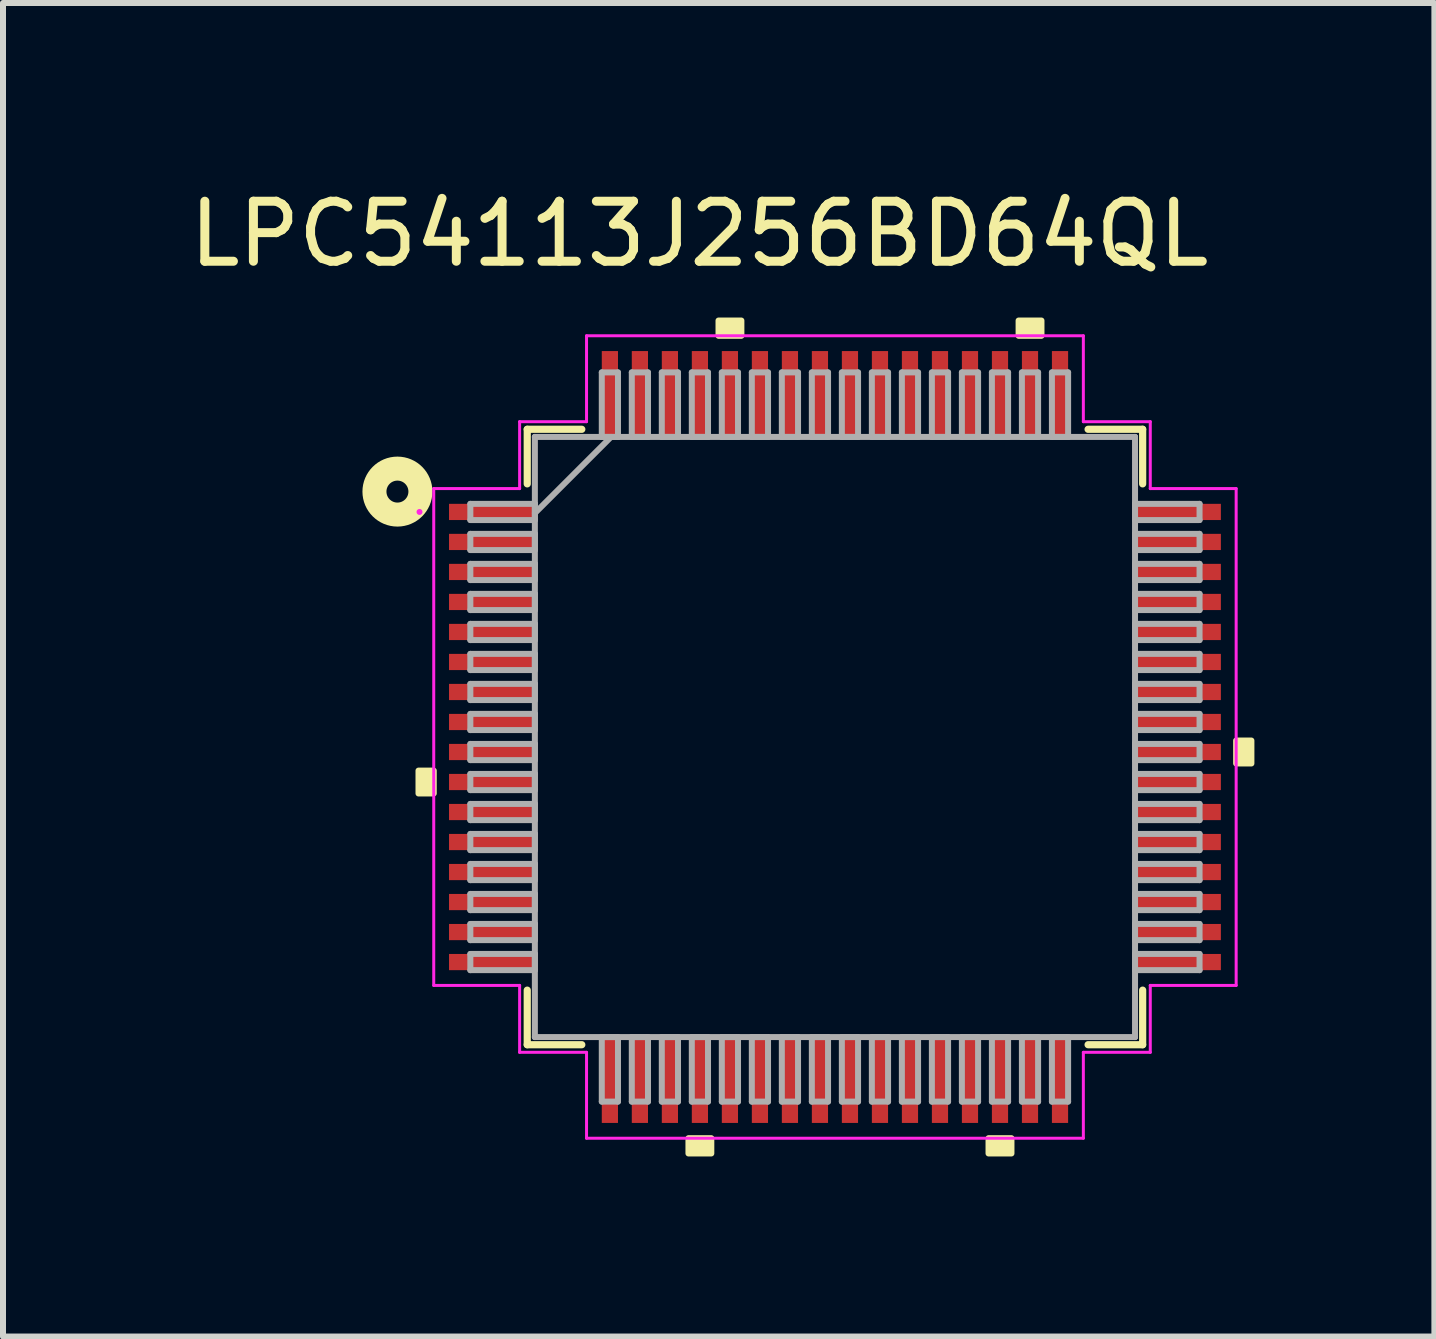
<source format=kicad_pcb>
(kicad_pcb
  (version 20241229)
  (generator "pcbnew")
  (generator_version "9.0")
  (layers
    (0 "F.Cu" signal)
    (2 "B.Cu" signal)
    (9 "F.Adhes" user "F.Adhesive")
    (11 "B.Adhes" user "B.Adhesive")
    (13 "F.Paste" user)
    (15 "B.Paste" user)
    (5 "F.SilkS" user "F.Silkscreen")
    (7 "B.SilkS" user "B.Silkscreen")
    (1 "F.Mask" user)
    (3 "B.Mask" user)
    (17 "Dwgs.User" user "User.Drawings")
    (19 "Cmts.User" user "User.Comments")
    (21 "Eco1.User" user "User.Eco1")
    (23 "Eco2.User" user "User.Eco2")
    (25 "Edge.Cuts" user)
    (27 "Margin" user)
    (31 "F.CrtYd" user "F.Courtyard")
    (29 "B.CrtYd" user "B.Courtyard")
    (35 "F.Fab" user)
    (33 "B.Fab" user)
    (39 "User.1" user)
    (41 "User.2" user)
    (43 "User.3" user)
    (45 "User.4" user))
  (footprint "LPC54113J256BD64QL"
    (layer "F.Cu")
    (at 10.862 9.23)
    (property "Reference" "LPC54113J256BD64QL" (at -2.261 -8.382 0) (layer "F.SilkS") (effects (font (size 1 1) (thickness 0.15))))
    (attr through_hole)
    (fp_line (start -5.127 -5.127) (end -5.127 -4.218) (stroke (width 0.12) (type solid)) (layer "F.SilkS"))
    (fp_line (start -5.127 4.218) (end -5.127 5.127) (stroke (width 0.12) (type solid)) (layer "F.SilkS"))
    (fp_line (start -5.127 5.127) (end -4.218 5.127) (stroke (width 0.12) (type solid)) (layer "F.SilkS"))
    (fp_line (start -4.218 -5.127) (end -5.127 -5.127) (stroke (width 0.12) (type solid)) (layer "F.SilkS"))
    (fp_line (start 4.218 5.127) (end 5.127 5.127) (stroke (width 0.12) (type solid)) (layer "F.SilkS"))
    (fp_line (start 5.127 -5.127) (end 4.218 -5.127) (stroke (width 0.12) (type solid)) (layer "F.SilkS"))
    (fp_line (start 5.127 -4.218) (end 5.127 -5.127) (stroke (width 0.12) (type solid)) (layer "F.SilkS"))
    (fp_line (start 5.127 5.127) (end 5.127 4.218) (stroke (width 0.12) (type solid)) (layer "F.SilkS"))
    (fp_circle (center -7.29 -4.089) (end -7.107 -4.089) (stroke (width 0.4) (type solid)) (fill no) (layer "F.SilkS"))
    (fp_poly (pts (xy -6.939 0.56) (xy -6.939 0.941) (xy -6.685 0.941) (xy -6.685 0.56)) (stroke (width 0.1) (type solid)) (fill yes) (layer "F.SilkS"))
    (fp_poly (pts (xy -2.441 6.685) (xy -2.441 6.939) (xy -2.06 6.939) (xy -2.06 6.685)) (stroke (width 0.1) (type solid)) (fill yes) (layer "F.SilkS"))
    (fp_poly (pts (xy -1.94 -6.685) (xy -1.94 -6.939) (xy -1.559 -6.939) (xy -1.559 -6.685)) (stroke (width 0.1) (type solid)) (fill yes) (layer "F.SilkS"))
    (fp_poly (pts (xy 2.559 6.685) (xy 2.559 6.939) (xy 2.941 6.939) (xy 2.941 6.685)) (stroke (width 0.1) (type solid)) (fill yes) (layer "F.SilkS"))
    (fp_poly (pts (xy 3.06 -6.685) (xy 3.06 -6.939) (xy 3.441 -6.939) (xy 3.441 -6.685)) (stroke (width 0.1) (type solid)) (fill yes) (layer "F.SilkS"))
    (fp_poly (pts (xy 6.939 0.059) (xy 6.939 0.441) (xy 6.685 0.441) (xy 6.685 0.059)) (stroke (width 0.1) (type solid)) (fill yes) (layer "F.SilkS"))
    (fp_line (start -6.685 -4.139) (end -5.254 -4.139) (stroke (width 0.05) (type solid)) (layer "F.CrtYd"))
    (fp_line (start -6.685 4.139) (end -6.685 -4.139) (stroke (width 0.05) (type solid)) (layer "F.CrtYd"))
    (fp_line (start -5.254 -5.254) (end -4.139 -5.254) (stroke (width 0.05) (type solid)) (layer "F.CrtYd"))
    (fp_line (start -5.254 -4.139) (end -5.254 -5.254) (stroke (width 0.05) (type solid)) (layer "F.CrtYd"))
    (fp_line (start -5.254 4.139) (end -6.685 4.139) (stroke (width 0.05) (type solid)) (layer "F.CrtYd"))
    (fp_line (start -5.254 5.254) (end -5.254 4.139) (stroke (width 0.05) (type solid)) (layer "F.CrtYd"))
    (fp_line (start -4.139 -6.685) (end 4.139 -6.685) (stroke (width 0.05) (type solid)) (layer "F.CrtYd"))
    (fp_line (start -4.139 -5.254) (end -4.139 -6.685) (stroke (width 0.05) (type solid)) (layer "F.CrtYd"))
    (fp_line (start -4.139 5.254) (end -5.254 5.254) (stroke (width 0.05) (type solid)) (layer "F.CrtYd"))
    (fp_line (start -4.139 6.685) (end -4.139 5.254) (stroke (width 0.05) (type solid)) (layer "F.CrtYd"))
    (fp_line (start 4.139 -6.685) (end 4.139 -5.254) (stroke (width 0.05) (type solid)) (layer "F.CrtYd"))
    (fp_line (start 4.139 -5.254) (end 5.254 -5.254) (stroke (width 0.05) (type solid)) (layer "F.CrtYd"))
    (fp_line (start 4.139 5.254) (end 4.139 6.685) (stroke (width 0.05) (type solid)) (layer "F.CrtYd"))
    (fp_line (start 4.139 6.685) (end -4.139 6.685) (stroke (width 0.05) (type solid)) (layer "F.CrtYd"))
    (fp_line (start 5.254 -5.254) (end 5.254 -4.139) (stroke (width 0.05) (type solid)) (layer "F.CrtYd"))
    (fp_line (start 5.254 -4.139) (end 6.685 -4.139) (stroke (width 0.05) (type solid)) (layer "F.CrtYd"))
    (fp_line (start 5.254 4.139) (end 5.254 5.254) (stroke (width 0.05) (type solid)) (layer "F.CrtYd"))
    (fp_line (start 5.254 5.254) (end 4.139 5.254) (stroke (width 0.05) (type solid)) (layer "F.CrtYd"))
    (fp_line (start 6.685 -4.139) (end 6.685 4.139) (stroke (width 0.05) (type solid)) (layer "F.CrtYd"))
    (fp_line (start 6.685 4.139) (end 5.254 4.139) (stroke (width 0.05) (type solid)) (layer "F.CrtYd"))
    (fp_circle (center -6.922 -3.75) (end -6.922 -3.75) (stroke (width 0.05) (type solid)) (fill no) (layer "F.CrtYd"))
    (fp_line (start -6.075 -3.885) (end -6.075 -3.615) (stroke (width 0.1) (type solid)) (layer "F.Fab"))
    (fp_line (start -6.075 -3.615) (end -5 -3.615) (stroke (width 0.1) (type solid)) (layer "F.Fab"))
    (fp_line (start -6.075 -3.385) (end -6.075 -3.115) (stroke (width 0.1) (type solid)) (layer "F.Fab"))
    (fp_line (start -6.075 -3.115) (end -5 -3.115) (stroke (width 0.1) (type solid)) (layer "F.Fab"))
    (fp_line (start -6.075 -2.885) (end -6.075 -2.615) (stroke (width 0.1) (type solid)) (layer "F.Fab"))
    (fp_line (start -6.075 -2.615) (end -5 -2.615) (stroke (width 0.1) (type solid)) (layer "F.Fab"))
    (fp_line (start -6.075 -2.385) (end -6.075 -2.115) (stroke (width 0.1) (type solid)) (layer "F.Fab"))
    (fp_line (start -6.075 -2.115) (end -5 -2.115) (stroke (width 0.1) (type solid)) (layer "F.Fab"))
    (fp_line (start -6.075 -1.885) (end -6.075 -1.615) (stroke (width 0.1) (type solid)) (layer "F.Fab"))
    (fp_line (start -6.075 -1.615) (end -5 -1.615) (stroke (width 0.1) (type solid)) (layer "F.Fab"))
    (fp_line (start -6.075 -1.385) (end -6.075 -1.115) (stroke (width 0.1) (type solid)) (layer "F.Fab"))
    (fp_line (start -6.075 -1.115) (end -5 -1.115) (stroke (width 0.1) (type solid)) (layer "F.Fab"))
    (fp_line (start -6.075 -0.885) (end -6.075 -0.615) (stroke (width 0.1) (type solid)) (layer "F.Fab"))
    (fp_line (start -6.075 -0.615) (end -5 -0.615) (stroke (width 0.1) (type solid)) (layer "F.Fab"))
    (fp_line (start -6.075 -0.385) (end -6.075 -0.115) (stroke (width 0.1) (type solid)) (layer "F.Fab"))
    (fp_line (start -6.075 -0.115) (end -5 -0.115) (stroke (width 0.1) (type solid)) (layer "F.Fab"))
    (fp_line (start -6.075 0.115) (end -6.075 0.385) (stroke (width 0.1) (type solid)) (layer "F.Fab"))
    (fp_line (start -6.075 0.385) (end -5 0.385) (stroke (width 0.1) (type solid)) (layer "F.Fab"))
    (fp_line (start -6.075 0.615) (end -6.075 0.885) (stroke (width 0.1) (type solid)) (layer "F.Fab"))
    (fp_line (start -6.075 0.885) (end -5 0.885) (stroke (width 0.1) (type solid)) (layer "F.Fab"))
    (fp_line (start -6.075 1.115) (end -6.075 1.385) (stroke (width 0.1) (type solid)) (layer "F.Fab"))
    (fp_line (start -6.075 1.385) (end -5 1.385) (stroke (width 0.1) (type solid)) (layer "F.Fab"))
    (fp_line (start -6.075 1.615) (end -6.075 1.885) (stroke (width 0.1) (type solid)) (layer "F.Fab"))
    (fp_line (start -6.075 1.885) (end -5 1.885) (stroke (width 0.1) (type solid)) (layer "F.Fab"))
    (fp_line (start -6.075 2.115) (end -6.075 2.385) (stroke (width 0.1) (type solid)) (layer "F.Fab"))
    (fp_line (start -6.075 2.385) (end -5 2.385) (stroke (width 0.1) (type solid)) (layer "F.Fab"))
    (fp_line (start -6.075 2.615) (end -6.075 2.885) (stroke (width 0.1) (type solid)) (layer "F.Fab"))
    (fp_line (start -6.075 2.885) (end -5 2.885) (stroke (width 0.1) (type solid)) (layer "F.Fab"))
    (fp_line (start -6.075 3.115) (end -6.075 3.385) (stroke (width 0.1) (type solid)) (layer "F.Fab"))
    (fp_line (start -6.075 3.385) (end -5 3.385) (stroke (width 0.1) (type solid)) (layer "F.Fab"))
    (fp_line (start -6.075 3.615) (end -6.075 3.885) (stroke (width 0.1) (type solid)) (layer "F.Fab"))
    (fp_line (start -6.075 3.885) (end -5 3.885) (stroke (width 0.1) (type solid)) (layer "F.Fab"))
    (fp_line (start -5 -5) (end -5 -5) (stroke (width 0.1) (type solid)) (layer "F.Fab"))
    (fp_line (start -5 -5) (end -5 5) (stroke (width 0.1) (type solid)) (layer "F.Fab"))
    (fp_line (start -5 -3.885) (end -6.075 -3.885) (stroke (width 0.1) (type solid)) (layer "F.Fab"))
    (fp_line (start -5 -3.73) (end -3.73 -5) (stroke (width 0.1) (type solid)) (layer "F.Fab"))
    (fp_line (start -5 -3.615) (end -5 -3.885) (stroke (width 0.1) (type solid)) (layer "F.Fab"))
    (fp_line (start -5 -3.385) (end -6.075 -3.385) (stroke (width 0.1) (type solid)) (layer "F.Fab"))
    (fp_line (start -5 -3.115) (end -5 -3.385) (stroke (width 0.1) (type solid)) (layer "F.Fab"))
    (fp_line (start -5 -2.885) (end -6.075 -2.885) (stroke (width 0.1) (type solid)) (layer "F.Fab"))
    (fp_line (start -5 -2.615) (end -5 -2.885) (stroke (width 0.1) (type solid)) (layer "F.Fab"))
    (fp_line (start -5 -2.385) (end -6.075 -2.385) (stroke (width 0.1) (type solid)) (layer "F.Fab"))
    (fp_line (start -5 -2.115) (end -5 -2.385) (stroke (width 0.1) (type solid)) (layer "F.Fab"))
    (fp_line (start -5 -1.885) (end -6.075 -1.885) (stroke (width 0.1) (type solid)) (layer "F.Fab"))
    (fp_line (start -5 -1.615) (end -5 -1.885) (stroke (width 0.1) (type solid)) (layer "F.Fab"))
    (fp_line (start -5 -1.385) (end -6.075 -1.385) (stroke (width 0.1) (type solid)) (layer "F.Fab"))
    (fp_line (start -5 -1.115) (end -5 -1.385) (stroke (width 0.1) (type solid)) (layer "F.Fab"))
    (fp_line (start -5 -0.885) (end -6.075 -0.885) (stroke (width 0.1) (type solid)) (layer "F.Fab"))
    (fp_line (start -5 -0.615) (end -5 -0.885) (stroke (width 0.1) (type solid)) (layer "F.Fab"))
    (fp_line (start -5 -0.385) (end -6.075 -0.385) (stroke (width 0.1) (type solid)) (layer "F.Fab"))
    (fp_line (start -5 -0.115) (end -5 -0.385) (stroke (width 0.1) (type solid)) (layer "F.Fab"))
    (fp_line (start -5 0.115) (end -6.075 0.115) (stroke (width 0.1) (type solid)) (layer "F.Fab"))
    (fp_line (start -5 0.385) (end -5 0.115) (stroke (width 0.1) (type solid)) (layer "F.Fab"))
    (fp_line (start -5 0.615) (end -6.075 0.615) (stroke (width 0.1) (type solid)) (layer "F.Fab"))
    (fp_line (start -5 0.885) (end -5 0.615) (stroke (width 0.1) (type solid)) (layer "F.Fab"))
    (fp_line (start -5 1.115) (end -6.075 1.115) (stroke (width 0.1) (type solid)) (layer "F.Fab"))
    (fp_line (start -5 1.385) (end -5 1.115) (stroke (width 0.1) (type solid)) (layer "F.Fab"))
    (fp_line (start -5 1.615) (end -6.075 1.615) (stroke (width 0.1) (type solid)) (layer "F.Fab"))
    (fp_line (start -5 1.885) (end -5 1.615) (stroke (width 0.1) (type solid)) (layer "F.Fab"))
    (fp_line (start -5 2.115) (end -6.075 2.115) (stroke (width 0.1) (type solid)) (layer "F.Fab"))
    (fp_line (start -5 2.385) (end -5 2.115) (stroke (width 0.1) (type solid)) (layer "F.Fab"))
    (fp_line (start -5 2.615) (end -6.075 2.615) (stroke (width 0.1) (type solid)) (layer "F.Fab"))
    (fp_line (start -5 2.885) (end -5 2.615) (stroke (width 0.1) (type solid)) (layer "F.Fab"))
    (fp_line (start -5 3.115) (end -6.075 3.115) (stroke (width 0.1) (type solid)) (layer "F.Fab"))
    (fp_line (start -5 3.385) (end -5 3.115) (stroke (width 0.1) (type solid)) (layer "F.Fab"))
    (fp_line (start -5 3.615) (end -6.075 3.615) (stroke (width 0.1) (type solid)) (layer "F.Fab"))
    (fp_line (start -5 3.885) (end -5 3.615) (stroke (width 0.1) (type solid)) (layer "F.Fab"))
    (fp_line (start -5 5) (end -5 5) (stroke (width 0.1) (type solid)) (layer "F.Fab"))
    (fp_line (start -5 5) (end 5 5) (stroke (width 0.1) (type solid)) (layer "F.Fab"))
    (fp_line (start -3.885 -6.075) (end -3.885 -5) (stroke (width 0.1) (type solid)) (layer "F.Fab"))
    (fp_line (start -3.885 -5) (end -3.615 -5) (stroke (width 0.1) (type solid)) (layer "F.Fab"))
    (fp_line (start -3.885 5) (end -3.885 6.075) (stroke (width 0.1) (type solid)) (layer "F.Fab"))
    (fp_line (start -3.885 6.075) (end -3.615 6.075) (stroke (width 0.1) (type solid)) (layer "F.Fab"))
    (fp_line (start -3.615 -6.075) (end -3.885 -6.075) (stroke (width 0.1) (type solid)) (layer "F.Fab"))
    (fp_line (start -3.615 -5) (end -3.615 -6.075) (stroke (width 0.1) (type solid)) (layer "F.Fab"))
    (fp_line (start -3.615 5) (end -3.885 5) (stroke (width 0.1) (type solid)) (layer "F.Fab"))
    (fp_line (start -3.615 6.075) (end -3.615 5) (stroke (width 0.1) (type solid)) (layer "F.Fab"))
    (fp_line (start -3.385 -6.075) (end -3.385 -5) (stroke (width 0.1) (type solid)) (layer "F.Fab"))
    (fp_line (start -3.385 -5) (end -3.115 -5) (stroke (width 0.1) (type solid)) (layer "F.Fab"))
    (fp_line (start -3.385 5) (end -3.385 6.075) (stroke (width 0.1) (type solid)) (layer "F.Fab"))
    (fp_line (start -3.385 6.075) (end -3.115 6.075) (stroke (width 0.1) (type solid)) (layer "F.Fab"))
    (fp_line (start -3.115 -6.075) (end -3.385 -6.075) (stroke (width 0.1) (type solid)) (layer "F.Fab"))
    (fp_line (start -3.115 -5) (end -3.115 -6.075) (stroke (width 0.1) (type solid)) (layer "F.Fab"))
    (fp_line (start -3.115 5) (end -3.385 5) (stroke (width 0.1) (type solid)) (layer "F.Fab"))
    (fp_line (start -3.115 6.075) (end -3.115 5) (stroke (width 0.1) (type solid)) (layer "F.Fab"))
    (fp_line (start -2.885 -6.075) (end -2.885 -5) (stroke (width 0.1) (type solid)) (layer "F.Fab"))
    (fp_line (start -2.885 -5) (end -2.615 -5) (stroke (width 0.1) (type solid)) (layer "F.Fab"))
    (fp_line (start -2.885 5) (end -2.885 6.075) (stroke (width 0.1) (type solid)) (layer "F.Fab"))
    (fp_line (start -2.885 6.075) (end -2.615 6.075) (stroke (width 0.1) (type solid)) (layer "F.Fab"))
    (fp_line (start -2.615 -6.075) (end -2.885 -6.075) (stroke (width 0.1) (type solid)) (layer "F.Fab"))
    (fp_line (start -2.615 -5) (end -2.615 -6.075) (stroke (width 0.1) (type solid)) (layer "F.Fab"))
    (fp_line (start -2.615 5) (end -2.885 5) (stroke (width 0.1) (type solid)) (layer "F.Fab"))
    (fp_line (start -2.615 6.075) (end -2.615 5) (stroke (width 0.1) (type solid)) (layer "F.Fab"))
    (fp_line (start -2.385 -6.075) (end -2.385 -5) (stroke (width 0.1) (type solid)) (layer "F.Fab"))
    (fp_line (start -2.385 -5) (end -2.115 -5) (stroke (width 0.1) (type solid)) (layer "F.Fab"))
    (fp_line (start -2.385 5) (end -2.385 6.075) (stroke (width 0.1) (type solid)) (layer "F.Fab"))
    (fp_line (start -2.385 6.075) (end -2.115 6.075) (stroke (width 0.1) (type solid)) (layer "F.Fab"))
    (fp_line (start -2.115 -6.075) (end -2.385 -6.075) (stroke (width 0.1) (type solid)) (layer "F.Fab"))
    (fp_line (start -2.115 -5) (end -2.115 -6.075) (stroke (width 0.1) (type solid)) (layer "F.Fab"))
    (fp_line (start -2.115 5) (end -2.385 5) (stroke (width 0.1) (type solid)) (layer "F.Fab"))
    (fp_line (start -2.115 6.075) (end -2.115 5) (stroke (width 0.1) (type solid)) (layer "F.Fab"))
    (fp_line (start -1.885 -6.075) (end -1.885 -5) (stroke (width 0.1) (type solid)) (layer "F.Fab"))
    (fp_line (start -1.885 -5) (end -1.615 -5) (stroke (width 0.1) (type solid)) (layer "F.Fab"))
    (fp_line (start -1.885 5) (end -1.885 6.075) (stroke (width 0.1) (type solid)) (layer "F.Fab"))
    (fp_line (start -1.885 6.075) (end -1.615 6.075) (stroke (width 0.1) (type solid)) (layer "F.Fab"))
    (fp_line (start -1.615 -6.075) (end -1.885 -6.075) (stroke (width 0.1) (type solid)) (layer "F.Fab"))
    (fp_line (start -1.615 -5) (end -1.615 -6.075) (stroke (width 0.1) (type solid)) (layer "F.Fab"))
    (fp_line (start -1.615 5) (end -1.885 5) (stroke (width 0.1) (type solid)) (layer "F.Fab"))
    (fp_line (start -1.615 6.075) (end -1.615 5) (stroke (width 0.1) (type solid)) (layer "F.Fab"))
    (fp_line (start -1.385 -6.075) (end -1.385 -5) (stroke (width 0.1) (type solid)) (layer "F.Fab"))
    (fp_line (start -1.385 -5) (end -1.115 -5) (stroke (width 0.1) (type solid)) (layer "F.Fab"))
    (fp_line (start -1.385 5) (end -1.385 6.075) (stroke (width 0.1) (type solid)) (layer "F.Fab"))
    (fp_line (start -1.385 6.075) (end -1.115 6.075) (stroke (width 0.1) (type solid)) (layer "F.Fab"))
    (fp_line (start -1.115 -6.075) (end -1.385 -6.075) (stroke (width 0.1) (type solid)) (layer "F.Fab"))
    (fp_line (start -1.115 -5) (end -1.115 -6.075) (stroke (width 0.1) (type solid)) (layer "F.Fab"))
    (fp_line (start -1.115 5) (end -1.385 5) (stroke (width 0.1) (type solid)) (layer "F.Fab"))
    (fp_line (start -1.115 6.075) (end -1.115 5) (stroke (width 0.1) (type solid)) (layer "F.Fab"))
    (fp_line (start -0.885 -6.075) (end -0.885 -5) (stroke (width 0.1) (type solid)) (layer "F.Fab"))
    (fp_line (start -0.885 -5) (end -0.615 -5) (stroke (width 0.1) (type solid)) (layer "F.Fab"))
    (fp_line (start -0.885 5) (end -0.885 6.075) (stroke (width 0.1) (type solid)) (layer "F.Fab"))
    (fp_line (start -0.885 6.075) (end -0.615 6.075) (stroke (width 0.1) (type solid)) (layer "F.Fab"))
    (fp_line (start -0.615 -6.075) (end -0.885 -6.075) (stroke (width 0.1) (type solid)) (layer "F.Fab"))
    (fp_line (start -0.615 -5) (end -0.615 -6.075) (stroke (width 0.1) (type solid)) (layer "F.Fab"))
    (fp_line (start -0.615 5) (end -0.885 5) (stroke (width 0.1) (type solid)) (layer "F.Fab"))
    (fp_line (start -0.615 6.075) (end -0.615 5) (stroke (width 0.1) (type solid)) (layer "F.Fab"))
    (fp_line (start -0.385 -6.075) (end -0.385 -5) (stroke (width 0.1) (type solid)) (layer "F.Fab"))
    (fp_line (start -0.385 -5) (end -0.115 -5) (stroke (width 0.1) (type solid)) (layer "F.Fab"))
    (fp_line (start -0.385 5) (end -0.385 6.075) (stroke (width 0.1) (type solid)) (layer "F.Fab"))
    (fp_line (start -0.385 6.075) (end -0.115 6.075) (stroke (width 0.1) (type solid)) (layer "F.Fab"))
    (fp_line (start -0.115 -6.075) (end -0.385 -6.075) (stroke (width 0.1) (type solid)) (layer "F.Fab"))
    (fp_line (start -0.115 -5) (end -0.115 -6.075) (stroke (width 0.1) (type solid)) (layer "F.Fab"))
    (fp_line (start -0.115 5) (end -0.385 5) (stroke (width 0.1) (type solid)) (layer "F.Fab"))
    (fp_line (start -0.115 6.075) (end -0.115 5) (stroke (width 0.1) (type solid)) (layer "F.Fab"))
    (fp_line (start 0.115 -6.075) (end 0.115 -5) (stroke (width 0.1) (type solid)) (layer "F.Fab"))
    (fp_line (start 0.115 -5) (end 0.385 -5) (stroke (width 0.1) (type solid)) (layer "F.Fab"))
    (fp_line (start 0.115 5) (end 0.115 6.075) (stroke (width 0.1) (type solid)) (layer "F.Fab"))
    (fp_line (start 0.115 6.075) (end 0.385 6.075) (stroke (width 0.1) (type solid)) (layer "F.Fab"))
    (fp_line (start 0.385 -6.075) (end 0.115 -6.075) (stroke (width 0.1) (type solid)) (layer "F.Fab"))
    (fp_line (start 0.385 -5) (end 0.385 -6.075) (stroke (width 0.1) (type solid)) (layer "F.Fab"))
    (fp_line (start 0.385 5) (end 0.115 5) (stroke (width 0.1) (type solid)) (layer "F.Fab"))
    (fp_line (start 0.385 6.075) (end 0.385 5) (stroke (width 0.1) (type solid)) (layer "F.Fab"))
    (fp_line (start 0.615 -6.075) (end 0.615 -5) (stroke (width 0.1) (type solid)) (layer "F.Fab"))
    (fp_line (start 0.615 -5) (end 0.885 -5) (stroke (width 0.1) (type solid)) (layer "F.Fab"))
    (fp_line (start 0.615 5) (end 0.615 6.075) (stroke (width 0.1) (type solid)) (layer "F.Fab"))
    (fp_line (start 0.615 6.075) (end 0.885 6.075) (stroke (width 0.1) (type solid)) (layer "F.Fab"))
    (fp_line (start 0.885 -6.075) (end 0.615 -6.075) (stroke (width 0.1) (type solid)) (layer "F.Fab"))
    (fp_line (start 0.885 -5) (end 0.885 -6.075) (stroke (width 0.1) (type solid)) (layer "F.Fab"))
    (fp_line (start 0.885 5) (end 0.615 5) (stroke (width 0.1) (type solid)) (layer "F.Fab"))
    (fp_line (start 0.885 6.075) (end 0.885 5) (stroke (width 0.1) (type solid)) (layer "F.Fab"))
    (fp_line (start 1.115 -6.075) (end 1.115 -5) (stroke (width 0.1) (type solid)) (layer "F.Fab"))
    (fp_line (start 1.115 -5) (end 1.385 -5) (stroke (width 0.1) (type solid)) (layer "F.Fab"))
    (fp_line (start 1.115 5) (end 1.115 6.075) (stroke (width 0.1) (type solid)) (layer "F.Fab"))
    (fp_line (start 1.115 6.075) (end 1.385 6.075) (stroke (width 0.1) (type solid)) (layer "F.Fab"))
    (fp_line (start 1.385 -6.075) (end 1.115 -6.075) (stroke (width 0.1) (type solid)) (layer "F.Fab"))
    (fp_line (start 1.385 -5) (end 1.385 -6.075) (stroke (width 0.1) (type solid)) (layer "F.Fab"))
    (fp_line (start 1.385 5) (end 1.115 5) (stroke (width 0.1) (type solid)) (layer "F.Fab"))
    (fp_line (start 1.385 6.075) (end 1.385 5) (stroke (width 0.1) (type solid)) (layer "F.Fab"))
    (fp_line (start 1.615 -6.075) (end 1.615 -5) (stroke (width 0.1) (type solid)) (layer "F.Fab"))
    (fp_line (start 1.615 -5) (end 1.885 -5) (stroke (width 0.1) (type solid)) (layer "F.Fab"))
    (fp_line (start 1.615 5) (end 1.615 6.075) (stroke (width 0.1) (type solid)) (layer "F.Fab"))
    (fp_line (start 1.615 6.075) (end 1.885 6.075) (stroke (width 0.1) (type solid)) (layer "F.Fab"))
    (fp_line (start 1.885 -6.075) (end 1.615 -6.075) (stroke (width 0.1) (type solid)) (layer "F.Fab"))
    (fp_line (start 1.885 -5) (end 1.885 -6.075) (stroke (width 0.1) (type solid)) (layer "F.Fab"))
    (fp_line (start 1.885 5) (end 1.615 5) (stroke (width 0.1) (type solid)) (layer "F.Fab"))
    (fp_line (start 1.885 6.075) (end 1.885 5) (stroke (width 0.1) (type solid)) (layer "F.Fab"))
    (fp_line (start 2.115 -6.075) (end 2.115 -5) (stroke (width 0.1) (type solid)) (layer "F.Fab"))
    (fp_line (start 2.115 -5) (end 2.385 -5) (stroke (width 0.1) (type solid)) (layer "F.Fab"))
    (fp_line (start 2.115 5) (end 2.115 6.075) (stroke (width 0.1) (type solid)) (layer "F.Fab"))
    (fp_line (start 2.115 6.075) (end 2.385 6.075) (stroke (width 0.1) (type solid)) (layer "F.Fab"))
    (fp_line (start 2.385 -6.075) (end 2.115 -6.075) (stroke (width 0.1) (type solid)) (layer "F.Fab"))
    (fp_line (start 2.385 -5) (end 2.385 -6.075) (stroke (width 0.1) (type solid)) (layer "F.Fab"))
    (fp_line (start 2.385 5) (end 2.115 5) (stroke (width 0.1) (type solid)) (layer "F.Fab"))
    (fp_line (start 2.385 6.075) (end 2.385 5) (stroke (width 0.1) (type solid)) (layer "F.Fab"))
    (fp_line (start 2.615 -6.075) (end 2.615 -5) (stroke (width 0.1) (type solid)) (layer "F.Fab"))
    (fp_line (start 2.615 -5) (end 2.885 -5) (stroke (width 0.1) (type solid)) (layer "F.Fab"))
    (fp_line (start 2.615 5) (end 2.615 6.075) (stroke (width 0.1) (type solid)) (layer "F.Fab"))
    (fp_line (start 2.615 6.075) (end 2.885 6.075) (stroke (width 0.1) (type solid)) (layer "F.Fab"))
    (fp_line (start 2.885 -6.075) (end 2.615 -6.075) (stroke (width 0.1) (type solid)) (layer "F.Fab"))
    (fp_line (start 2.885 -5) (end 2.885 -6.075) (stroke (width 0.1) (type solid)) (layer "F.Fab"))
    (fp_line (start 2.885 5) (end 2.615 5) (stroke (width 0.1) (type solid)) (layer "F.Fab"))
    (fp_line (start 2.885 6.075) (end 2.885 5) (stroke (width 0.1) (type solid)) (layer "F.Fab"))
    (fp_line (start 3.115 -6.075) (end 3.115 -5) (stroke (width 0.1) (type solid)) (layer "F.Fab"))
    (fp_line (start 3.115 -5) (end 3.385 -5) (stroke (width 0.1) (type solid)) (layer "F.Fab"))
    (fp_line (start 3.115 5) (end 3.115 6.075) (stroke (width 0.1) (type solid)) (layer "F.Fab"))
    (fp_line (start 3.115 6.075) (end 3.385 6.075) (stroke (width 0.1) (type solid)) (layer "F.Fab"))
    (fp_line (start 3.385 -6.075) (end 3.115 -6.075) (stroke (width 0.1) (type solid)) (layer "F.Fab"))
    (fp_line (start 3.385 -5) (end 3.385 -6.075) (stroke (width 0.1) (type solid)) (layer "F.Fab"))
    (fp_line (start 3.385 5) (end 3.115 5) (stroke (width 0.1) (type solid)) (layer "F.Fab"))
    (fp_line (start 3.385 6.075) (end 3.385 5) (stroke (width 0.1) (type solid)) (layer "F.Fab"))
    (fp_line (start 3.615 -6.075) (end 3.615 -5) (stroke (width 0.1) (type solid)) (layer "F.Fab"))
    (fp_line (start 3.615 -5) (end 3.885 -5) (stroke (width 0.1) (type solid)) (layer "F.Fab"))
    (fp_line (start 3.615 5) (end 3.615 6.075) (stroke (width 0.1) (type solid)) (layer "F.Fab"))
    (fp_line (start 3.615 6.075) (end 3.885 6.075) (stroke (width 0.1) (type solid)) (layer "F.Fab"))
    (fp_line (start 3.885 -6.075) (end 3.615 -6.075) (stroke (width 0.1) (type solid)) (layer "F.Fab"))
    (fp_line (start 3.885 -5) (end 3.885 -6.075) (stroke (width 0.1) (type solid)) (layer "F.Fab"))
    (fp_line (start 3.885 5) (end 3.615 5) (stroke (width 0.1) (type solid)) (layer "F.Fab"))
    (fp_line (start 3.885 6.075) (end 3.885 5) (stroke (width 0.1) (type solid)) (layer "F.Fab"))
    (fp_line (start 5 -5) (end -5 -5) (stroke (width 0.1) (type solid)) (layer "F.Fab"))
    (fp_line (start 5 -5) (end 5 -5) (stroke (width 0.1) (type solid)) (layer "F.Fab"))
    (fp_line (start 5 -3.885) (end 5 -3.615) (stroke (width 0.1) (type solid)) (layer "F.Fab"))
    (fp_line (start 5 -3.615) (end 6.075 -3.615) (stroke (width 0.1) (type solid)) (layer "F.Fab"))
    (fp_line (start 5 -3.385) (end 5 -3.115) (stroke (width 0.1) (type solid)) (layer "F.Fab"))
    (fp_line (start 5 -3.115) (end 6.075 -3.115) (stroke (width 0.1) (type solid)) (layer "F.Fab"))
    (fp_line (start 5 -2.885) (end 5 -2.615) (stroke (width 0.1) (type solid)) (layer "F.Fab"))
    (fp_line (start 5 -2.615) (end 6.075 -2.615) (stroke (width 0.1) (type solid)) (layer "F.Fab"))
    (fp_line (start 5 -2.385) (end 5 -2.115) (stroke (width 0.1) (type solid)) (layer "F.Fab"))
    (fp_line (start 5 -2.115) (end 6.075 -2.115) (stroke (width 0.1) (type solid)) (layer "F.Fab"))
    (fp_line (start 5 -1.885) (end 5 -1.615) (stroke (width 0.1) (type solid)) (layer "F.Fab"))
    (fp_line (start 5 -1.615) (end 6.075 -1.615) (stroke (width 0.1) (type solid)) (layer "F.Fab"))
    (fp_line (start 5 -1.385) (end 5 -1.115) (stroke (width 0.1) (type solid)) (layer "F.Fab"))
    (fp_line (start 5 -1.115) (end 6.075 -1.115) (stroke (width 0.1) (type solid)) (layer "F.Fab"))
    (fp_line (start 5 -0.885) (end 5 -0.615) (stroke (width 0.1) (type solid)) (layer "F.Fab"))
    (fp_line (start 5 -0.615) (end 6.075 -0.615) (stroke (width 0.1) (type solid)) (layer "F.Fab"))
    (fp_line (start 5 -0.385) (end 5 -0.115) (stroke (width 0.1) (type solid)) (layer "F.Fab"))
    (fp_line (start 5 -0.115) (end 6.075 -0.115) (stroke (width 0.1) (type solid)) (layer "F.Fab"))
    (fp_line (start 5 0.115) (end 5 0.385) (stroke (width 0.1) (type solid)) (layer "F.Fab"))
    (fp_line (start 5 0.385) (end 6.075 0.385) (stroke (width 0.1) (type solid)) (layer "F.Fab"))
    (fp_line (start 5 0.615) (end 5 0.885) (stroke (width 0.1) (type solid)) (layer "F.Fab"))
    (fp_line (start 5 0.885) (end 6.075 0.885) (stroke (width 0.1) (type solid)) (layer "F.Fab"))
    (fp_line (start 5 1.115) (end 5 1.385) (stroke (width 0.1) (type solid)) (layer "F.Fab"))
    (fp_line (start 5 1.385) (end 6.075 1.385) (stroke (width 0.1) (type solid)) (layer "F.Fab"))
    (fp_line (start 5 1.615) (end 5 1.885) (stroke (width 0.1) (type solid)) (layer "F.Fab"))
    (fp_line (start 5 1.885) (end 6.075 1.885) (stroke (width 0.1) (type solid)) (layer "F.Fab"))
    (fp_line (start 5 2.115) (end 5 2.385) (stroke (width 0.1) (type solid)) (layer "F.Fab"))
    (fp_line (start 5 2.385) (end 6.075 2.385) (stroke (width 0.1) (type solid)) (layer "F.Fab"))
    (fp_line (start 5 2.615) (end 5 2.885) (stroke (width 0.1) (type solid)) (layer "F.Fab"))
    (fp_line (start 5 2.885) (end 6.075 2.885) (stroke (width 0.1) (type solid)) (layer "F.Fab"))
    (fp_line (start 5 3.115) (end 5 3.385) (stroke (width 0.1) (type solid)) (layer "F.Fab"))
    (fp_line (start 5 3.385) (end 6.075 3.385) (stroke (width 0.1) (type solid)) (layer "F.Fab"))
    (fp_line (start 5 3.615) (end 5 3.885) (stroke (width 0.1) (type solid)) (layer "F.Fab"))
    (fp_line (start 5 3.885) (end 6.075 3.885) (stroke (width 0.1) (type solid)) (layer "F.Fab"))
    (fp_line (start 5 5) (end 5 -5) (stroke (width 0.1) (type solid)) (layer "F.Fab"))
    (fp_line (start 5 5) (end 5 5) (stroke (width 0.1) (type solid)) (layer "F.Fab"))
    (fp_line (start 6.075 -3.885) (end 5 -3.885) (stroke (width 0.1) (type solid)) (layer "F.Fab"))
    (fp_line (start 6.075 -3.615) (end 6.075 -3.885) (stroke (width 0.1) (type solid)) (layer "F.Fab"))
    (fp_line (start 6.075 -3.385) (end 5 -3.385) (stroke (width 0.1) (type solid)) (layer "F.Fab"))
    (fp_line (start 6.075 -3.115) (end 6.075 -3.385) (stroke (width 0.1) (type solid)) (layer "F.Fab"))
    (fp_line (start 6.075 -2.885) (end 5 -2.885) (stroke (width 0.1) (type solid)) (layer "F.Fab"))
    (fp_line (start 6.075 -2.615) (end 6.075 -2.885) (stroke (width 0.1) (type solid)) (layer "F.Fab"))
    (fp_line (start 6.075 -2.385) (end 5 -2.385) (stroke (width 0.1) (type solid)) (layer "F.Fab"))
    (fp_line (start 6.075 -2.115) (end 6.075 -2.385) (stroke (width 0.1) (type solid)) (layer "F.Fab"))
    (fp_line (start 6.075 -1.885) (end 5 -1.885) (stroke (width 0.1) (type solid)) (layer "F.Fab"))
    (fp_line (start 6.075 -1.615) (end 6.075 -1.885) (stroke (width 0.1) (type solid)) (layer "F.Fab"))
    (fp_line (start 6.075 -1.385) (end 5 -1.385) (stroke (width 0.1) (type solid)) (layer "F.Fab"))
    (fp_line (start 6.075 -1.115) (end 6.075 -1.385) (stroke (width 0.1) (type solid)) (layer "F.Fab"))
    (fp_line (start 6.075 -0.885) (end 5 -0.885) (stroke (width 0.1) (type solid)) (layer "F.Fab"))
    (fp_line (start 6.075 -0.615) (end 6.075 -0.885) (stroke (width 0.1) (type solid)) (layer "F.Fab"))
    (fp_line (start 6.075 -0.385) (end 5 -0.385) (stroke (width 0.1) (type solid)) (layer "F.Fab"))
    (fp_line (start 6.075 -0.115) (end 6.075 -0.385) (stroke (width 0.1) (type solid)) (layer "F.Fab"))
    (fp_line (start 6.075 0.115) (end 5 0.115) (stroke (width 0.1) (type solid)) (layer "F.Fab"))
    (fp_line (start 6.075 0.385) (end 6.075 0.115) (stroke (width 0.1) (type solid)) (layer "F.Fab"))
    (fp_line (start 6.075 0.615) (end 5 0.615) (stroke (width 0.1) (type solid)) (layer "F.Fab"))
    (fp_line (start 6.075 0.885) (end 6.075 0.615) (stroke (width 0.1) (type solid)) (layer "F.Fab"))
    (fp_line (start 6.075 1.115) (end 5 1.115) (stroke (width 0.1) (type solid)) (layer "F.Fab"))
    (fp_line (start 6.075 1.385) (end 6.075 1.115) (stroke (width 0.1) (type solid)) (layer "F.Fab"))
    (fp_line (start 6.075 1.615) (end 5 1.615) (stroke (width 0.1) (type solid)) (layer "F.Fab"))
    (fp_line (start 6.075 1.885) (end 6.075 1.615) (stroke (width 0.1) (type solid)) (layer "F.Fab"))
    (fp_line (start 6.075 2.115) (end 5 2.115) (stroke (width 0.1) (type solid)) (layer "F.Fab"))
    (fp_line (start 6.075 2.385) (end 6.075 2.115) (stroke (width 0.1) (type solid)) (layer "F.Fab"))
    (fp_line (start 6.075 2.615) (end 5 2.615) (stroke (width 0.1) (type solid)) (layer "F.Fab"))
    (fp_line (start 6.075 2.885) (end 6.075 2.615) (stroke (width 0.1) (type solid)) (layer "F.Fab"))
    (fp_line (start 6.075 3.115) (end 5 3.115) (stroke (width 0.1) (type solid)) (layer "F.Fab"))
    (fp_line (start 6.075 3.385) (end 6.075 3.115) (stroke (width 0.1) (type solid)) (layer "F.Fab"))
    (fp_line (start 6.075 3.615) (end 5 3.615) (stroke (width 0.1) (type solid)) (layer "F.Fab"))
    (fp_line (start 6.075 3.885) (end 6.075 3.615) (stroke (width 0.1) (type solid)) (layer "F.Fab"))
    (pad "1" smd rect (at -5.715 -3.75 90) (size 0.27 1.431) (layers "F.Cu" "F.Mask" "F.Paste"))
    (pad "2" smd rect (at -5.715 -3.25 90) (size 0.27 1.431) (layers "F.Cu" "F.Mask" "F.Paste"))
    (pad "3" smd rect (at -5.715 -2.75 90) (size 0.27 1.431) (layers "F.Cu" "F.Mask" "F.Paste"))
    (pad "4" smd rect (at -5.715 -2.25 90) (size 0.27 1.431) (layers "F.Cu" "F.Mask" "F.Paste"))
    (pad "5" smd rect (at -5.715 -1.75 90) (size 0.27 1.431) (layers "F.Cu" "F.Mask" "F.Paste"))
    (pad "6" smd rect (at -5.715 -1.25 90) (size 0.27 1.431) (layers "F.Cu" "F.Mask" "F.Paste"))
    (pad "7" smd rect (at -5.715 -0.75 90) (size 0.27 1.431) (layers "F.Cu" "F.Mask" "F.Paste"))
    (pad "8" smd rect (at -5.715 -0.25 90) (size 0.27 1.431) (layers "F.Cu" "F.Mask" "F.Paste"))
    (pad "9" smd rect (at -5.715 0.25 90) (size 0.27 1.431) (layers "F.Cu" "F.Mask" "F.Paste"))
    (pad "10" smd rect (at -5.715 0.75 90) (size 0.27 1.431) (layers "F.Cu" "F.Mask" "F.Paste"))
    (pad "11" smd rect (at -5.715 1.25 90) (size 0.27 1.431) (layers "F.Cu" "F.Mask" "F.Paste"))
    (pad "12" smd rect (at -5.715 1.75 90) (size 0.27 1.431) (layers "F.Cu" "F.Mask" "F.Paste"))
    (pad "13" smd rect (at -5.715 2.25 90) (size 0.27 1.431) (layers "F.Cu" "F.Mask" "F.Paste"))
    (pad "14" smd rect (at -5.715 2.75 90) (size 0.27 1.431) (layers "F.Cu" "F.Mask" "F.Paste"))
    (pad "15" smd rect (at -5.715 3.25 90) (size 0.27 1.431) (layers "F.Cu" "F.Mask" "F.Paste"))
    (pad "16" smd rect (at -5.715 3.75 90) (size 0.27 1.431) (layers "F.Cu" "F.Mask" "F.Paste"))
    (pad "17" smd rect (at -3.75 5.715) (size 0.27 1.431) (layers "F.Cu" "F.Mask" "F.Paste"))
    (pad "18" smd rect (at -3.25 5.715) (size 0.27 1.431) (layers "F.Cu" "F.Mask" "F.Paste"))
    (pad "19" smd rect (at -2.75 5.715) (size 0.27 1.431) (layers "F.Cu" "F.Mask" "F.Paste"))
    (pad "20" smd rect (at -2.25 5.715) (size 0.27 1.431) (layers "F.Cu" "F.Mask" "F.Paste"))
    (pad "21" smd rect (at -1.75 5.715) (size 0.27 1.431) (layers "F.Cu" "F.Mask" "F.Paste"))
    (pad "22" smd rect (at -1.25 5.715) (size 0.27 1.431) (layers "F.Cu" "F.Mask" "F.Paste"))
    (pad "23" smd rect (at -0.75 5.715) (size 0.27 1.431) (layers "F.Cu" "F.Mask" "F.Paste"))
    (pad "24" smd rect (at -0.25 5.715) (size 0.27 1.431) (layers "F.Cu" "F.Mask" "F.Paste"))
    (pad "25" smd rect (at 0.25 5.715) (size 0.27 1.431) (layers "F.Cu" "F.Mask" "F.Paste"))
    (pad "26" smd rect (at 0.75 5.715) (size 0.27 1.431) (layers "F.Cu" "F.Mask" "F.Paste"))
    (pad "27" smd rect (at 1.25 5.715) (size 0.27 1.431) (layers "F.Cu" "F.Mask" "F.Paste"))
    (pad "28" smd rect (at 1.75 5.715) (size 0.27 1.431) (layers "F.Cu" "F.Mask" "F.Paste"))
    (pad "29" smd rect (at 2.25 5.715) (size 0.27 1.431) (layers "F.Cu" "F.Mask" "F.Paste"))
    (pad "30" smd rect (at 2.75 5.715) (size 0.27 1.431) (layers "F.Cu" "F.Mask" "F.Paste"))
    (pad "31" smd rect (at 3.25 5.715) (size 0.27 1.431) (layers "F.Cu" "F.Mask" "F.Paste"))
    (pad "32" smd rect (at 3.75 5.715) (size 0.27 1.431) (layers "F.Cu" "F.Mask" "F.Paste"))
    (pad "33" smd rect (at 5.715 3.75 90) (size 0.27 1.431) (layers "F.Cu" "F.Mask" "F.Paste"))
    (pad "34" smd rect (at 5.715 3.25 90) (size 0.27 1.431) (layers "F.Cu" "F.Mask" "F.Paste"))
    (pad "35" smd rect (at 5.715 2.75 90) (size 0.27 1.431) (layers "F.Cu" "F.Mask" "F.Paste"))
    (pad "36" smd rect (at 5.715 2.25 90) (size 0.27 1.431) (layers "F.Cu" "F.Mask" "F.Paste"))
    (pad "37" smd rect (at 5.715 1.75 90) (size 0.27 1.431) (layers "F.Cu" "F.Mask" "F.Paste"))
    (pad "38" smd rect (at 5.715 1.25 90) (size 0.27 1.431) (layers "F.Cu" "F.Mask" "F.Paste"))
    (pad "39" smd rect (at 5.715 0.75 90) (size 0.27 1.431) (layers "F.Cu" "F.Mask" "F.Paste"))
    (pad "40" smd rect (at 5.715 0.25 90) (size 0.27 1.431) (layers "F.Cu" "F.Mask" "F.Paste"))
    (pad "41" smd rect (at 5.715 -0.25 90) (size 0.27 1.431) (layers "F.Cu" "F.Mask" "F.Paste"))
    (pad "42" smd rect (at 5.715 -0.75 90) (size 0.27 1.431) (layers "F.Cu" "F.Mask" "F.Paste"))
    (pad "43" smd rect (at 5.715 -1.25 90) (size 0.27 1.431) (layers "F.Cu" "F.Mask" "F.Paste"))
    (pad "44" smd rect (at 5.715 -1.75 90) (size 0.27 1.431) (layers "F.Cu" "F.Mask" "F.Paste"))
    (pad "45" smd rect (at 5.715 -2.25 90) (size 0.27 1.431) (layers "F.Cu" "F.Mask" "F.Paste"))
    (pad "46" smd rect (at 5.715 -2.75 90) (size 0.27 1.431) (layers "F.Cu" "F.Mask" "F.Paste"))
    (pad "47" smd rect (at 5.715 -3.25 90) (size 0.27 1.431) (layers "F.Cu" "F.Mask" "F.Paste"))
    (pad "48" smd rect (at 5.715 -3.75 90) (size 0.27 1.431) (layers "F.Cu" "F.Mask" "F.Paste"))
    (pad "49" smd rect (at 3.75 -5.715) (size 0.27 1.431) (layers "F.Cu" "F.Mask" "F.Paste"))
    (pad "50" smd rect (at 3.25 -5.715) (size 0.27 1.431) (layers "F.Cu" "F.Mask" "F.Paste"))
    (pad "51" smd rect (at 2.75 -5.715) (size 0.27 1.431) (layers "F.Cu" "F.Mask" "F.Paste"))
    (pad "52" smd rect (at 2.25 -5.715) (size 0.27 1.431) (layers "F.Cu" "F.Mask" "F.Paste"))
    (pad "53" smd rect (at 1.75 -5.715) (size 0.27 1.431) (layers "F.Cu" "F.Mask" "F.Paste"))
    (pad "54" smd rect (at 1.25 -5.715) (size 0.27 1.431) (layers "F.Cu" "F.Mask" "F.Paste"))
    (pad "55" smd rect (at 0.75 -5.715) (size 0.27 1.431) (layers "F.Cu" "F.Mask" "F.Paste"))
    (pad "56" smd rect (at 0.25 -5.715) (size 0.27 1.431) (layers "F.Cu" "F.Mask" "F.Paste"))
    (pad "57" smd rect (at -0.25 -5.715) (size 0.27 1.431) (layers "F.Cu" "F.Mask" "F.Paste"))
    (pad "58" smd rect (at -0.75 -5.715) (size 0.27 1.431) (layers "F.Cu" "F.Mask" "F.Paste"))
    (pad "59" smd rect (at -1.25 -5.715) (size 0.27 1.431) (layers "F.Cu" "F.Mask" "F.Paste"))
    (pad "60" smd rect (at -1.75 -5.715) (size 0.27 1.431) (layers "F.Cu" "F.Mask" "F.Paste"))
    (pad "61" smd rect (at -2.25 -5.715) (size 0.27 1.431) (layers "F.Cu" "F.Mask" "F.Paste"))
    (pad "62" smd rect (at -2.75 -5.715) (size 0.27 1.431) (layers "F.Cu" "F.Mask" "F.Paste"))
    (pad "63" smd rect (at -3.25 -5.715) (size 0.27 1.431) (layers "F.Cu" "F.Mask" "F.Paste"))
    (pad "64" smd rect (at -3.75 -5.715) (size 0.27 1.431) (layers "F.Cu" "F.Mask" "F.Paste")))
  (gr_rect
    (start -3 -3)
    (end 20.85 19.219)
    (stroke (width 0.1) (type default))
    (fill no)
    (layer "Edge.Cuts")))
</source>
